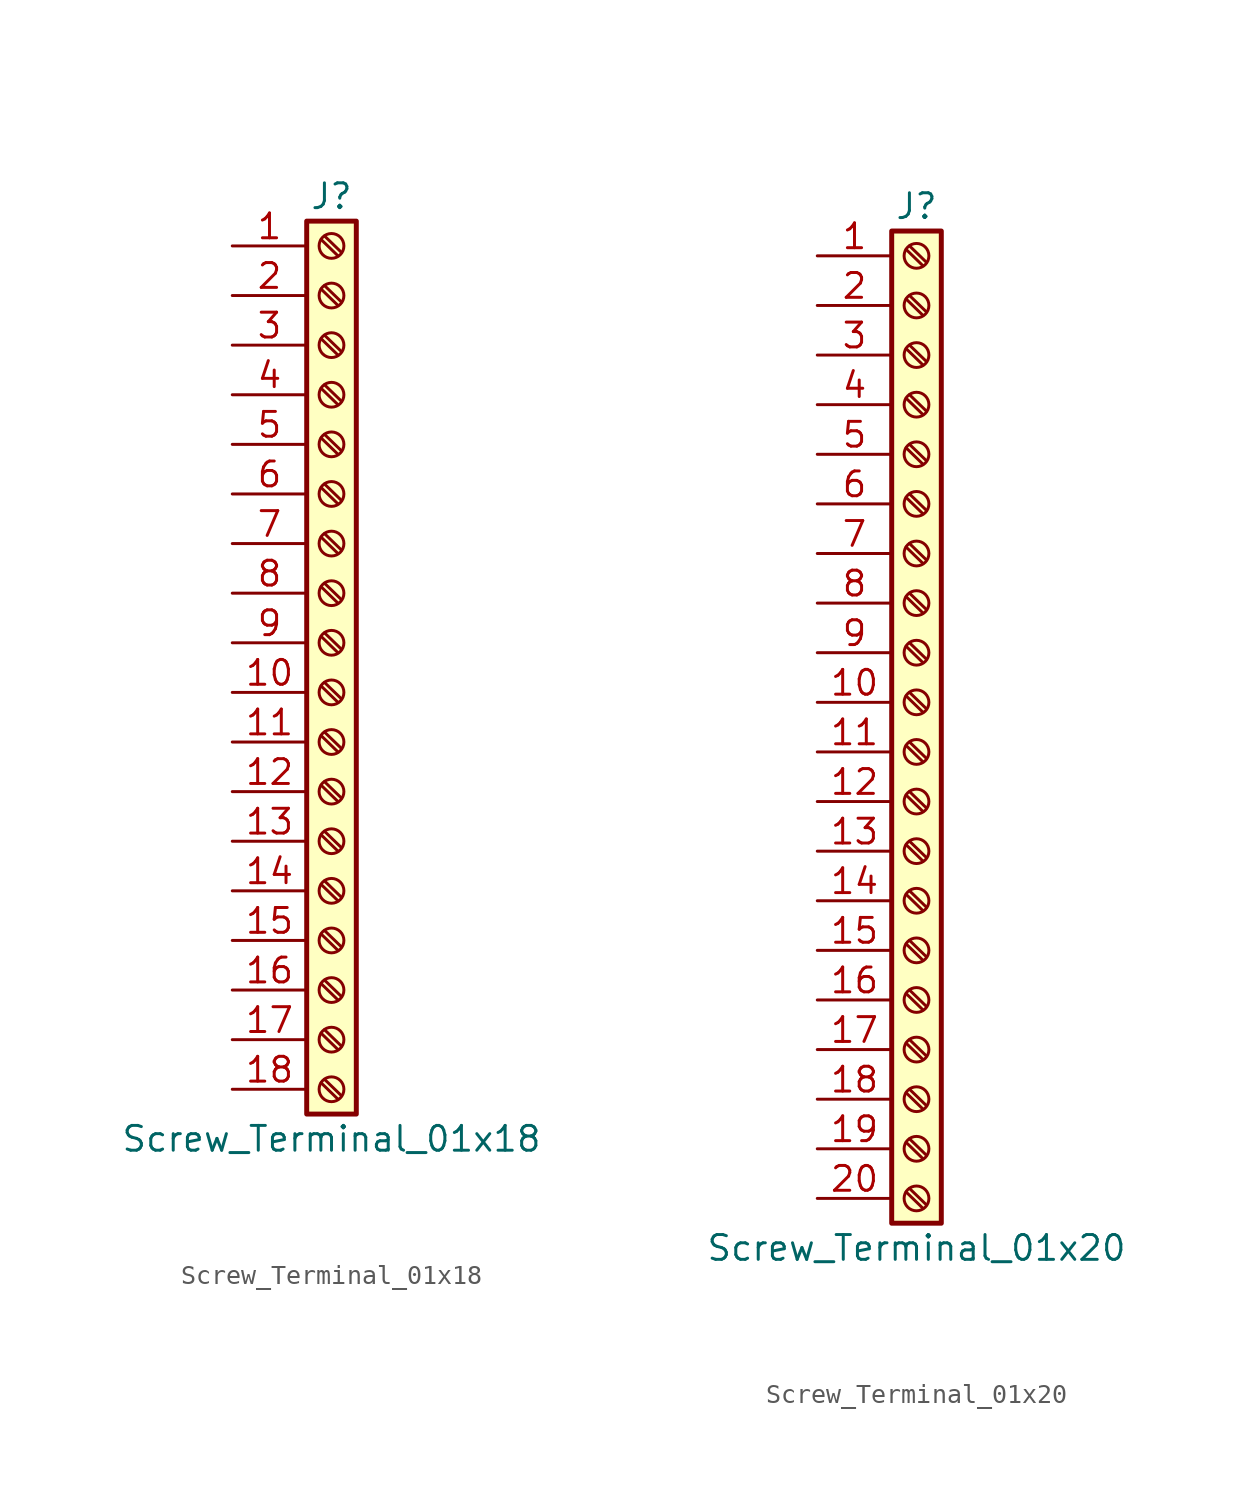
<source format=kicad_sym>
(kicad_symbol_lib
  (version 20220914)
  (generator kicad_symbol_editor)
  (symbol "Screw_Terminal_01x18"
    (pin_names
      (offset 1.016) hide)
    (property "Reference" "J"
      (at 0 22.86 0)
      (effects (font (size 1.27 1.27))))
    (property "Value" "Screw_Terminal_01x18"
      (at 0 -25.4 0)
      (effects (font (size 1.27 1.27))))
    (symbol "Screw_Terminal_01x18_1_1"
      (rectangle (start -1.27 21.59) (end 1.27 -24.13) (stroke (width 0.254) (type default)) (fill (type background)))
      (circle (center 0 -22.86) (radius 0.635) (stroke (width 0.152) (type default)) (fill (type none)))
      (circle (center 0 -20.32) (radius 0.635) (stroke (width 0.152) (type default)) (fill (type none)))
      (circle (center 0 -17.78) (radius 0.635) (stroke (width 0.152) (type default)) (fill (type none)))
      (circle (center 0 -15.24) (radius 0.635) (stroke (width 0.152) (type default)) (fill (type none)))
      (circle (center 0 -12.7) (radius 0.635) (stroke (width 0.152) (type default)) (fill (type none)))
      (circle (center 0 -10.16) (radius 0.635) (stroke (width 0.152) (type default)) (fill (type none)))
      (circle (center 0 -7.62) (radius 0.635) (stroke (width 0.152) (type default)) (fill (type none)))
      (circle (center 0 -5.08) (radius 0.635) (stroke (width 0.152) (type default)) (fill (type none)))
      (circle (center 0 -2.54) (radius 0.635) (stroke (width 0.152) (type default)) (fill (type none)))
      (polyline (pts (xy -0.533 -22.53) (xy 0.33 -23.368)) (stroke (width 0.152) (type default)) (fill (type none)))
      (polyline (pts (xy -0.533 -19.99) (xy 0.33 -20.828)) (stroke (width 0.152) (type default)) (fill (type none)))
      (polyline (pts (xy -0.533 -17.45) (xy 0.33 -18.288)) (stroke (width 0.152) (type default)) (fill (type none)))
      (polyline (pts (xy -0.533 -14.91) (xy 0.33 -15.748)) (stroke (width 0.152) (type default)) (fill (type none)))
      (polyline (pts (xy -0.533 -12.37) (xy 0.33 -13.208)) (stroke (width 0.152) (type default)) (fill (type none)))
      (polyline (pts (xy -0.533 -9.83) (xy 0.33 -10.668)) (stroke (width 0.152) (type default)) (fill (type none)))
      (polyline (pts (xy -0.533 -7.29) (xy 0.33 -8.128)) (stroke (width 0.152) (type default)) (fill (type none)))
      (polyline (pts (xy -0.533 -4.75) (xy 0.33 -5.588)) (stroke (width 0.152) (type default)) (fill (type none)))
      (polyline (pts (xy -0.533 -2.21) (xy 0.33 -3.048)) (stroke (width 0.152) (type default)) (fill (type none)))
      (polyline (pts (xy -0.533 0.33) (xy 0.33 -0.508)) (stroke (width 0.152) (type default)) (fill (type none)))
      (polyline (pts (xy -0.533 2.87) (xy 0.33 2.032)) (stroke (width 0.152) (type default)) (fill (type none)))
      (polyline (pts (xy -0.533 5.41) (xy 0.33 4.572)) (stroke (width 0.152) (type default)) (fill (type none)))
      (polyline (pts (xy -0.533 7.95) (xy 0.33 7.112)) (stroke (width 0.152) (type default)) (fill (type none)))
      (polyline (pts (xy -0.533 10.49) (xy 0.33 9.652)) (stroke (width 0.152) (type default)) (fill (type none)))
      (polyline (pts (xy -0.533 13.03) (xy 0.33 12.192)) (stroke (width 0.152) (type default)) (fill (type none)))
      (polyline (pts (xy -0.533 15.57) (xy 0.33 14.732)) (stroke (width 0.152) (type default)) (fill (type none)))
      (polyline (pts (xy -0.533 18.11) (xy 0.33 17.272)) (stroke (width 0.152) (type default)) (fill (type none)))
      (polyline (pts (xy -0.533 20.65) (xy 0.33 19.812)) (stroke (width 0.152) (type default)) (fill (type none)))
      (polyline (pts (xy -0.356 -22.352) (xy 0.508 -23.19)) (stroke (width 0.152) (type default)) (fill (type none)))
      (polyline (pts (xy -0.356 -19.812) (xy 0.508 -20.65)) (stroke (width 0.152) (type default)) (fill (type none)))
      (polyline (pts (xy -0.356 -17.272) (xy 0.508 -18.11)) (stroke (width 0.152) (type default)) (fill (type none)))
      (polyline (pts (xy -0.356 -14.732) (xy 0.508 -15.57)) (stroke (width 0.152) (type default)) (fill (type none)))
      (polyline (pts (xy -0.356 -12.192) (xy 0.508 -13.03)) (stroke (width 0.152) (type default)) (fill (type none)))
      (polyline (pts (xy -0.356 -9.652) (xy 0.508 -10.49)) (stroke (width 0.152) (type default)) (fill (type none)))
      (polyline (pts (xy -0.356 -7.112) (xy 0.508 -7.95)) (stroke (width 0.152) (type default)) (fill (type none)))
      (polyline (pts (xy -0.356 -4.572) (xy 0.508 -5.41)) (stroke (width 0.152) (type default)) (fill (type none)))
      (polyline (pts (xy -0.356 -2.032) (xy 0.508 -2.87)) (stroke (width 0.152) (type default)) (fill (type none)))
      (polyline (pts (xy -0.356 0.508) (xy 0.508 -0.33)) (stroke (width 0.152) (type default)) (fill (type none)))
      (polyline (pts (xy -0.356 3.048) (xy 0.508 2.21)) (stroke (width 0.152) (type default)) (fill (type none)))
      (polyline (pts (xy -0.356 5.588) (xy 0.508 4.75)) (stroke (width 0.152) (type default)) (fill (type none)))
      (polyline (pts (xy -0.356 8.128) (xy 0.508 7.29)) (stroke (width 0.152) (type default)) (fill (type none)))
      (polyline (pts (xy -0.356 10.668) (xy 0.508 9.83)) (stroke (width 0.152) (type default)) (fill (type none)))
      (polyline (pts (xy -0.356 13.208) (xy 0.508 12.37)) (stroke (width 0.152) (type default)) (fill (type none)))
      (polyline (pts (xy -0.356 15.748) (xy 0.508 14.91)) (stroke (width 0.152) (type default)) (fill (type none)))
      (polyline (pts (xy -0.356 18.288) (xy 0.508 17.45)) (stroke (width 0.152) (type default)) (fill (type none)))
      (polyline (pts (xy -0.356 20.828) (xy 0.508 19.99)) (stroke (width 0.152) (type default)) (fill (type none)))
      (circle (center 0 0) (radius 0.635) (stroke (width 0.152) (type default)) (fill (type none)))
      (circle (center 0 2.54) (radius 0.635) (stroke (width 0.152) (type default)) (fill (type none)))
      (circle (center 0 5.08) (radius 0.635) (stroke (width 0.152) (type default)) (fill (type none)))
      (circle (center 0 7.62) (radius 0.635) (stroke (width 0.152) (type default)) (fill (type none)))
      (circle (center 0 10.16) (radius 0.635) (stroke (width 0.152) (type default)) (fill (type none)))
      (circle (center 0 12.7) (radius 0.635) (stroke (width 0.152) (type default)) (fill (type none)))
      (circle (center 0 15.24) (radius 0.635) (stroke (width 0.152) (type default)) (fill (type none)))
      (circle (center 0 17.78) (radius 0.635) (stroke (width 0.152) (type default)) (fill (type none)))
      (circle (center 0 20.32) (radius 0.635) (stroke (width 0.152) (type default)) (fill (type none)))
      (pin passive line (at -5.08 20.32 0) (length 3.81) (name "Pin_1" (effects (font (size 1.27 1.27)))) (number "1" (effects (font (size 1.27 1.27)))))
      (pin passive line (at -5.08 -2.54 0) (length 3.81) (name "Pin_10" (effects (font (size 1.27 1.27)))) (number "10" (effects (font (size 1.27 1.27)))))
      (pin passive line (at -5.08 -5.08 0) (length 3.81) (name "Pin_11" (effects (font (size 1.27 1.27)))) (number "11" (effects (font (size 1.27 1.27)))))
      (pin passive line (at -5.08 -7.62 0) (length 3.81) (name "Pin_12" (effects (font (size 1.27 1.27)))) (number "12" (effects (font (size 1.27 1.27)))))
      (pin passive line (at -5.08 -10.16 0) (length 3.81) (name "Pin_13" (effects (font (size 1.27 1.27)))) (number "13" (effects (font (size 1.27 1.27)))))
      (pin passive line (at -5.08 -12.7 0) (length 3.81) (name "Pin_14" (effects (font (size 1.27 1.27)))) (number "14" (effects (font (size 1.27 1.27)))))
      (pin passive line (at -5.08 -15.24 0) (length 3.81) (name "Pin_15" (effects (font (size 1.27 1.27)))) (number "15" (effects (font (size 1.27 1.27)))))
      (pin passive line (at -5.08 -17.78 0) (length 3.81) (name "Pin_16" (effects (font (size 1.27 1.27)))) (number "16" (effects (font (size 1.27 1.27)))))
      (pin passive line (at -5.08 -20.32 0) (length 3.81) (name "Pin_17" (effects (font (size 1.27 1.27)))) (number "17" (effects (font (size 1.27 1.27)))))
      (pin passive line (at -5.08 -22.86 0) (length 3.81) (name "Pin_18" (effects (font (size 1.27 1.27)))) (number "18" (effects (font (size 1.27 1.27)))))
      (pin passive line (at -5.08 17.78 0) (length 3.81) (name "Pin_2" (effects (font (size 1.27 1.27)))) (number "2" (effects (font (size 1.27 1.27)))))
      (pin passive line (at -5.08 15.24 0) (length 3.81) (name "Pin_3" (effects (font (size 1.27 1.27)))) (number "3" (effects (font (size 1.27 1.27)))))
      (pin passive line (at -5.08 12.7 0) (length 3.81) (name "Pin_4" (effects (font (size 1.27 1.27)))) (number "4" (effects (font (size 1.27 1.27)))))
      (pin passive line (at -5.08 10.16 0) (length 3.81) (name "Pin_5" (effects (font (size 1.27 1.27)))) (number "5" (effects (font (size 1.27 1.27)))))
      (pin passive line (at -5.08 7.62 0) (length 3.81) (name "Pin_6" (effects (font (size 1.27 1.27)))) (number "6" (effects (font (size 1.27 1.27)))))
      (pin passive line (at -5.08 5.08 0) (length 3.81) (name "Pin_7" (effects (font (size 1.27 1.27)))) (number "7" (effects (font (size 1.27 1.27)))))
      (pin passive line (at -5.08 2.54 0) (length 3.81) (name "Pin_8" (effects (font (size 1.27 1.27)))) (number "8" (effects (font (size 1.27 1.27)))))
      (pin passive line (at -5.08 0 0) (length 3.81) (name "Pin_9" (effects (font (size 1.27 1.27)))) (number "9" (effects (font (size 1.27 1.27)))))))
  (symbol "Screw_Terminal_01x20"
    (pin_names
      (offset 1.016) hide)
    (property "Reference" "J"
      (at 0 25.4 0)
      (effects (font (size 1.27 1.27))))
    (property "Value" "Screw_Terminal_01x20"
      (at 0 -27.94 0)
      (effects (font (size 1.27 1.27))))
    (symbol "Screw_Terminal_01x20_1_1"
      (rectangle (start -1.27 24.13) (end 1.27 -26.67) (stroke (width 0.254) (type default)) (fill (type background)))
      (circle (center 0 -25.4) (radius 0.635) (stroke (width 0.152) (type default)) (fill (type none)))
      (circle (center 0 -22.86) (radius 0.635) (stroke (width 0.152) (type default)) (fill (type none)))
      (circle (center 0 -20.32) (radius 0.635) (stroke (width 0.152) (type default)) (fill (type none)))
      (circle (center 0 -17.78) (radius 0.635) (stroke (width 0.152) (type default)) (fill (type none)))
      (circle (center 0 -15.24) (radius 0.635) (stroke (width 0.152) (type default)) (fill (type none)))
      (circle (center 0 -12.7) (radius 0.635) (stroke (width 0.152) (type default)) (fill (type none)))
      (circle (center 0 -10.16) (radius 0.635) (stroke (width 0.152) (type default)) (fill (type none)))
      (circle (center 0 -7.62) (radius 0.635) (stroke (width 0.152) (type default)) (fill (type none)))
      (circle (center 0 -5.08) (radius 0.635) (stroke (width 0.152) (type default)) (fill (type none)))
      (circle (center 0 -2.54) (radius 0.635) (stroke (width 0.152) (type default)) (fill (type none)))
      (polyline (pts (xy -0.533 -25.07) (xy 0.33 -25.908)) (stroke (width 0.152) (type default)) (fill (type none)))
      (polyline (pts (xy -0.533 -22.53) (xy 0.33 -23.368)) (stroke (width 0.152) (type default)) (fill (type none)))
      (polyline (pts (xy -0.533 -19.99) (xy 0.33 -20.828)) (stroke (width 0.152) (type default)) (fill (type none)))
      (polyline (pts (xy -0.533 -17.45) (xy 0.33 -18.288)) (stroke (width 0.152) (type default)) (fill (type none)))
      (polyline (pts (xy -0.533 -14.91) (xy 0.33 -15.748)) (stroke (width 0.152) (type default)) (fill (type none)))
      (polyline (pts (xy -0.533 -12.37) (xy 0.33 -13.208)) (stroke (width 0.152) (type default)) (fill (type none)))
      (polyline (pts (xy -0.533 -9.83) (xy 0.33 -10.668)) (stroke (width 0.152) (type default)) (fill (type none)))
      (polyline (pts (xy -0.533 -7.29) (xy 0.33 -8.128)) (stroke (width 0.152) (type default)) (fill (type none)))
      (polyline (pts (xy -0.533 -4.75) (xy 0.33 -5.588)) (stroke (width 0.152) (type default)) (fill (type none)))
      (polyline (pts (xy -0.533 -2.21) (xy 0.33 -3.048)) (stroke (width 0.152) (type default)) (fill (type none)))
      (polyline (pts (xy -0.533 0.33) (xy 0.33 -0.508)) (stroke (width 0.152) (type default)) (fill (type none)))
      (polyline (pts (xy -0.533 2.87) (xy 0.33 2.032)) (stroke (width 0.152) (type default)) (fill (type none)))
      (polyline (pts (xy -0.533 5.41) (xy 0.33 4.572)) (stroke (width 0.152) (type default)) (fill (type none)))
      (polyline (pts (xy -0.533 7.95) (xy 0.33 7.112)) (stroke (width 0.152) (type default)) (fill (type none)))
      (polyline (pts (xy -0.533 10.49) (xy 0.33 9.652)) (stroke (width 0.152) (type default)) (fill (type none)))
      (polyline (pts (xy -0.533 13.03) (xy 0.33 12.192)) (stroke (width 0.152) (type default)) (fill (type none)))
      (polyline (pts (xy -0.533 15.57) (xy 0.33 14.732)) (stroke (width 0.152) (type default)) (fill (type none)))
      (polyline (pts (xy -0.533 18.11) (xy 0.33 17.272)) (stroke (width 0.152) (type default)) (fill (type none)))
      (polyline (pts (xy -0.533 20.65) (xy 0.33 19.812)) (stroke (width 0.152) (type default)) (fill (type none)))
      (polyline (pts (xy -0.533 23.19) (xy 0.33 22.352)) (stroke (width 0.152) (type default)) (fill (type none)))
      (polyline (pts (xy -0.356 -24.892) (xy 0.508 -25.73)) (stroke (width 0.152) (type default)) (fill (type none)))
      (polyline (pts (xy -0.356 -22.352) (xy 0.508 -23.19)) (stroke (width 0.152) (type default)) (fill (type none)))
      (polyline (pts (xy -0.356 -19.812) (xy 0.508 -20.65)) (stroke (width 0.152) (type default)) (fill (type none)))
      (polyline (pts (xy -0.356 -17.272) (xy 0.508 -18.11)) (stroke (width 0.152) (type default)) (fill (type none)))
      (polyline (pts (xy -0.356 -14.732) (xy 0.508 -15.57)) (stroke (width 0.152) (type default)) (fill (type none)))
      (polyline (pts (xy -0.356 -12.192) (xy 0.508 -13.03)) (stroke (width 0.152) (type default)) (fill (type none)))
      (polyline (pts (xy -0.356 -9.652) (xy 0.508 -10.49)) (stroke (width 0.152) (type default)) (fill (type none)))
      (polyline (pts (xy -0.356 -7.112) (xy 0.508 -7.95)) (stroke (width 0.152) (type default)) (fill (type none)))
      (polyline (pts (xy -0.356 -4.572) (xy 0.508 -5.41)) (stroke (width 0.152) (type default)) (fill (type none)))
      (polyline (pts (xy -0.356 -2.032) (xy 0.508 -2.87)) (stroke (width 0.152) (type default)) (fill (type none)))
      (polyline (pts (xy -0.356 0.508) (xy 0.508 -0.33)) (stroke (width 0.152) (type default)) (fill (type none)))
      (polyline (pts (xy -0.356 3.048) (xy 0.508 2.21)) (stroke (width 0.152) (type default)) (fill (type none)))
      (polyline (pts (xy -0.356 5.588) (xy 0.508 4.75)) (stroke (width 0.152) (type default)) (fill (type none)))
      (polyline (pts (xy -0.356 8.128) (xy 0.508 7.29)) (stroke (width 0.152) (type default)) (fill (type none)))
      (polyline (pts (xy -0.356 10.668) (xy 0.508 9.83)) (stroke (width 0.152) (type default)) (fill (type none)))
      (polyline (pts (xy -0.356 13.208) (xy 0.508 12.37)) (stroke (width 0.152) (type default)) (fill (type none)))
      (polyline (pts (xy -0.356 15.748) (xy 0.508 14.91)) (stroke (width 0.152) (type default)) (fill (type none)))
      (polyline (pts (xy -0.356 18.288) (xy 0.508 17.45)) (stroke (width 0.152) (type default)) (fill (type none)))
      (polyline (pts (xy -0.356 20.828) (xy 0.508 19.99)) (stroke (width 0.152) (type default)) (fill (type none)))
      (polyline (pts (xy -0.356 23.368) (xy 0.508 22.53)) (stroke (width 0.152) (type default)) (fill (type none)))
      (circle (center 0 0) (radius 0.635) (stroke (width 0.152) (type default)) (fill (type none)))
      (circle (center 0 2.54) (radius 0.635) (stroke (width 0.152) (type default)) (fill (type none)))
      (circle (center 0 5.08) (radius 0.635) (stroke (width 0.152) (type default)) (fill (type none)))
      (circle (center 0 7.62) (radius 0.635) (stroke (width 0.152) (type default)) (fill (type none)))
      (circle (center 0 10.16) (radius 0.635) (stroke (width 0.152) (type default)) (fill (type none)))
      (circle (center 0 12.7) (radius 0.635) (stroke (width 0.152) (type default)) (fill (type none)))
      (circle (center 0 15.24) (radius 0.635) (stroke (width 0.152) (type default)) (fill (type none)))
      (circle (center 0 17.78) (radius 0.635) (stroke (width 0.152) (type default)) (fill (type none)))
      (circle (center 0 20.32) (radius 0.635) (stroke (width 0.152) (type default)) (fill (type none)))
      (circle (center 0 22.86) (radius 0.635) (stroke (width 0.152) (type default)) (fill (type none)))
      (pin passive line (at -5.08 22.86 0) (length 3.81) (name "Pin_1" (effects (font (size 1.27 1.27)))) (number "1" (effects (font (size 1.27 1.27)))))
      (pin passive line (at -5.08 0 0) (length 3.81) (name "Pin_10" (effects (font (size 1.27 1.27)))) (number "10" (effects (font (size 1.27 1.27)))))
      (pin passive line (at -5.08 -2.54 0) (length 3.81) (name "Pin_11" (effects (font (size 1.27 1.27)))) (number "11" (effects (font (size 1.27 1.27)))))
      (pin passive line (at -5.08 -5.08 0) (length 3.81) (name "Pin_12" (effects (font (size 1.27 1.27)))) (number "12" (effects (font (size 1.27 1.27)))))
      (pin passive line (at -5.08 -7.62 0) (length 3.81) (name "Pin_13" (effects (font (size 1.27 1.27)))) (number "13" (effects (font (size 1.27 1.27)))))
      (pin passive line (at -5.08 -10.16 0) (length 3.81) (name "Pin_14" (effects (font (size 1.27 1.27)))) (number "14" (effects (font (size 1.27 1.27)))))
      (pin passive line (at -5.08 -12.7 0) (length 3.81) (name "Pin_15" (effects (font (size 1.27 1.27)))) (number "15" (effects (font (size 1.27 1.27)))))
      (pin passive line (at -5.08 -15.24 0) (length 3.81) (name "Pin_16" (effects (font (size 1.27 1.27)))) (number "16" (effects (font (size 1.27 1.27)))))
      (pin passive line (at -5.08 -17.78 0) (length 3.81) (name "Pin_17" (effects (font (size 1.27 1.27)))) (number "17" (effects (font (size 1.27 1.27)))))
      (pin passive line (at -5.08 -20.32 0) (length 3.81) (name "Pin_18" (effects (font (size 1.27 1.27)))) (number "18" (effects (font (size 1.27 1.27)))))
      (pin passive line (at -5.08 -22.86 0) (length 3.81) (name "Pin_19" (effects (font (size 1.27 1.27)))) (number "19" (effects (font (size 1.27 1.27)))))
      (pin passive line (at -5.08 20.32 0) (length 3.81) (name "Pin_2" (effects (font (size 1.27 1.27)))) (number "2" (effects (font (size 1.27 1.27)))))
      (pin passive line (at -5.08 -25.4 0) (length 3.81) (name "Pin_20" (effects (font (size 1.27 1.27)))) (number "20" (effects (font (size 1.27 1.27)))))
      (pin passive line (at -5.08 17.78 0) (length 3.81) (name "Pin_3" (effects (font (size 1.27 1.27)))) (number "3" (effects (font (size 1.27 1.27)))))
      (pin passive line (at -5.08 15.24 0) (length 3.81) (name "Pin_4" (effects (font (size 1.27 1.27)))) (number "4" (effects (font (size 1.27 1.27)))))
      (pin passive line (at -5.08 12.7 0) (length 3.81) (name "Pin_5" (effects (font (size 1.27 1.27)))) (number "5" (effects (font (size 1.27 1.27)))))
      (pin passive line (at -5.08 10.16 0) (length 3.81) (name "Pin_6" (effects (font (size 1.27 1.27)))) (number "6" (effects (font (size 1.27 1.27)))))
      (pin passive line (at -5.08 7.62 0) (length 3.81) (name "Pin_7" (effects (font (size 1.27 1.27)))) (number "7" (effects (font (size 1.27 1.27)))))
      (pin passive line (at -5.08 5.08 0) (length 3.81) (name "Pin_8" (effects (font (size 1.27 1.27)))) (number "8" (effects (font (size 1.27 1.27)))))
      (pin passive line (at -5.08 2.54 0) (length 3.81) (name "Pin_9" (effects (font (size 1.27 1.27)))) (number "9" (effects (font (size 1.27 1.27))))))))
</source>
